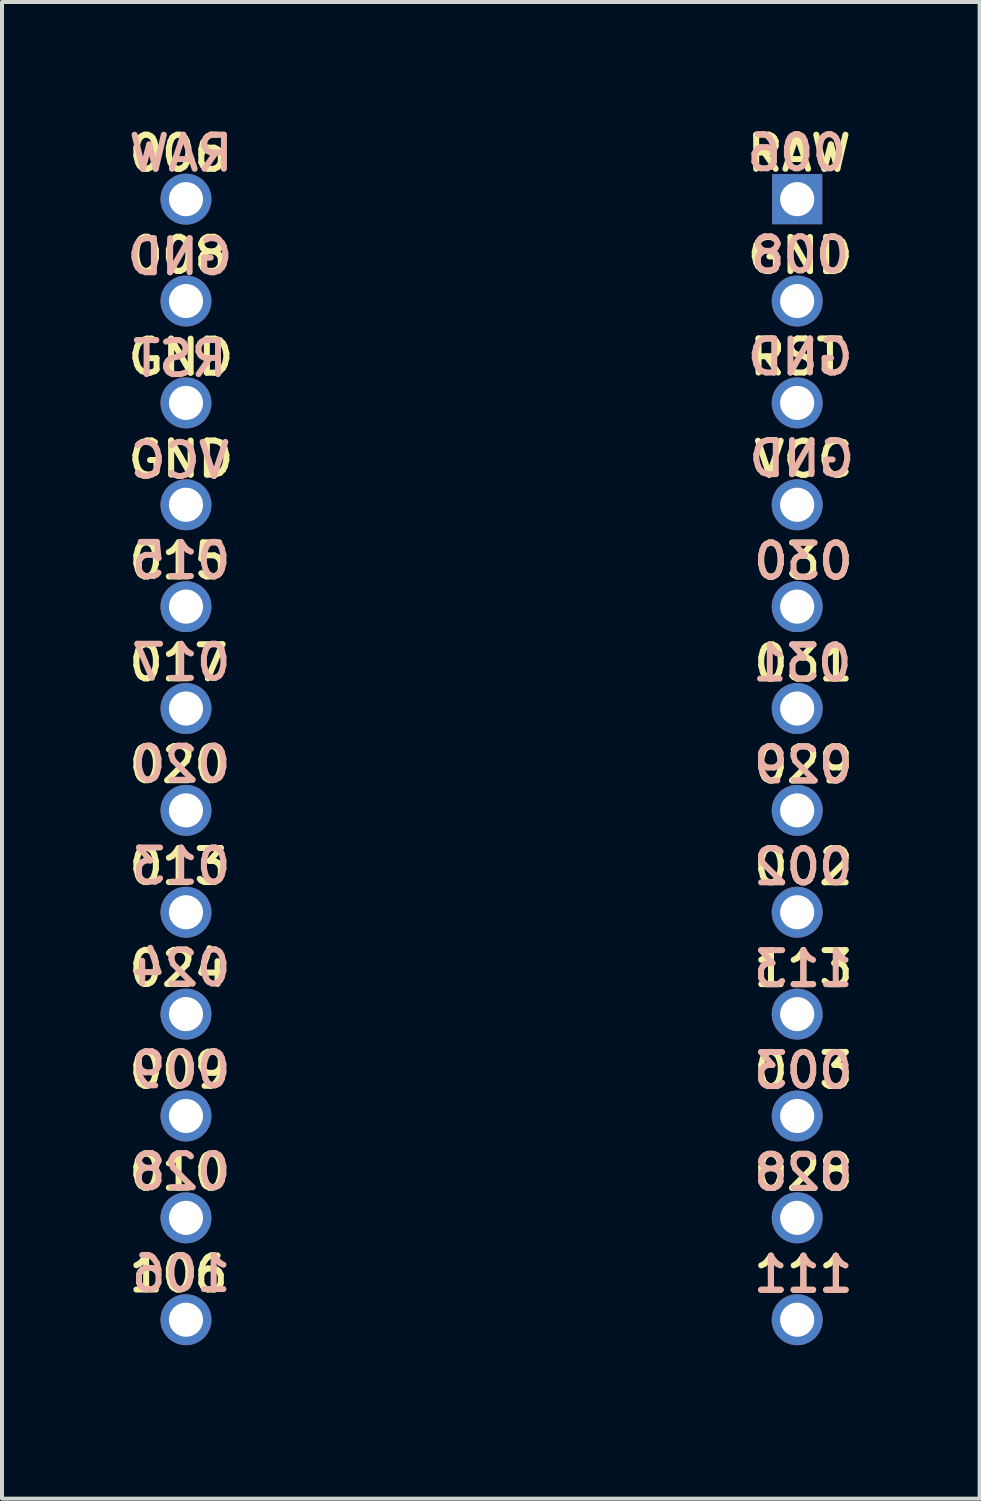
<source format=kicad_pcb>
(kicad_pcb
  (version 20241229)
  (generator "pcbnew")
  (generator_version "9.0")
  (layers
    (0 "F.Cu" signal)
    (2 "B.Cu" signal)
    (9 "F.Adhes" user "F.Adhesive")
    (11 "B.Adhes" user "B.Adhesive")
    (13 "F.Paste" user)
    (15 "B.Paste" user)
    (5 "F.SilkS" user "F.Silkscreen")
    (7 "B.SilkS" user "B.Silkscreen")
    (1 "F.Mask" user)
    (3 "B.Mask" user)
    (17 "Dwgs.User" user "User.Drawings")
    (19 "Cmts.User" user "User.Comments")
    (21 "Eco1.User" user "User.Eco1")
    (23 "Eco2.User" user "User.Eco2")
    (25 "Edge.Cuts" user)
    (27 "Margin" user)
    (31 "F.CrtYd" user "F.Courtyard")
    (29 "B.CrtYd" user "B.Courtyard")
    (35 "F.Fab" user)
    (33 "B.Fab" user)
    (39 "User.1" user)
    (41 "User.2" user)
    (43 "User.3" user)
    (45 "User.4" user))
  (footprint "pro_micro"
    (layer "F.Cu")
    (at 8.826 16.648)
    (property "Reference" "pro_micro" (at 0.508 -14.732 0) (layer "Eco1.User") (effects (font (size 1.27 1.524) (thickness 0.203))))
    (attr through_hole)
    (fp_line (start -8.509 -16.002) (end 9.271 -16.002) (stroke (width 0.381) (type solid)) (layer "Margin"))
    (fp_line (start -8.509 -16.002) (end 9.271 -16.002) (stroke (width 0.381) (type solid)) (layer "Margin"))
    (fp_line (start -8.509 14.478) (end -8.509 -16.002) (stroke (width 0.381) (type solid)) (layer "Margin"))
    (fp_line (start -8.509 14.478) (end -8.509 -16.002) (stroke (width 0.381) (type solid)) (layer "Margin"))
    (fp_line (start 6.731 -16.002) (end 6.731 -13.462) (stroke (width 0.381) (type solid)) (layer "Margin"))
    (fp_line (start 6.731 -16.002) (end 6.731 -13.462) (stroke (width 0.381) (type solid)) (layer "Margin"))
    (fp_line (start 6.731 -13.462) (end 9.271 -13.462) (stroke (width 0.381) (type solid)) (layer "Margin"))
    (fp_line (start 6.731 -13.462) (end 9.271 -13.462) (stroke (width 0.381) (type solid)) (layer "Margin"))
    (fp_line (start 9.271 -16.002) (end 9.271 14.478) (stroke (width 0.381) (type solid)) (layer "Margin"))
    (fp_line (start 9.271 -16.002) (end 9.271 14.478) (stroke (width 0.381) (type solid)) (layer "Margin"))
    (fp_line (start 9.271 14.478) (end -8.509 14.478) (stroke (width 0.381) (type solid)) (layer "Margin"))
    (fp_line (start 9.271 14.478) (end -8.509 14.478) (stroke (width 0.381) (type solid)) (layer "Margin"))
    (fp_text user "RAW" (at 8.051 -15.875 0) (layer "F.SilkS") (effects (font (size 0.85 0.85) (thickness 0.15))))
    (fp_text user "VCC" (at 8.157 -8.245 0) (layer "F.SilkS") (effects (font (size 0.85 0.85) (thickness 0.15))))
    (fp_text user "015" (at -7.423 -5.71 0) (layer "F.SilkS") (effects (font (size 0.85 0.85) (thickness 0.15))))
    (fp_text user "020" (at -7.423 -0.63 0) (layer "F.SilkS") (effects (font (size 0.85 0.85) (thickness 0.15))))
    (fp_text user "003" (at 8.157 6.995 0) (layer "F.SilkS") (effects (font (size 0.85 0.85) (thickness 0.15))))
    (fp_text user "009" (at -7.423 6.99 0) (layer "F.SilkS") (effects (font (size 0.85 0.85) (thickness 0.15))))
    (fp_text user "GND" (at -7.366 -10.79 0) (layer "F.SilkS") (effects (font (size 0.85 0.85) (thickness 0.15))))
    (fp_text user "GND" (at -7.366 -8.25 0) (layer "F.SilkS") (effects (font (size 0.85 0.85) (thickness 0.15))))
    (fp_text user "028" (at 8.157 9.535 0) (layer "F.SilkS") (effects (font (size 0.85 0.85) (thickness 0.15))))
    (fp_text user "106" (at -7.423 12.07 0) (layer "F.SilkS") (effects (font (size 0.85 0.85) (thickness 0.15))))
    (fp_text user "024" (at -7.423 4.45 0) (layer "F.SilkS") (effects (font (size 0.85 0.85) (thickness 0.15))))
    (fp_text user "GND" (at 8.077 -13.325 0) (layer "F.SilkS") (effects (font (size 0.85 0.85) (thickness 0.15))))
    (fp_text user "113" (at 8.157 4.455 0) (layer "F.SilkS") (effects (font (size 0.85 0.85) (thickness 0.15))))
    (fp_text user "030" (at 8.157 -5.705 0) (layer "F.SilkS") (effects (font (size 0.85 0.85) (thickness 0.15))))
    (fp_text user "031" (at 8.157 -3.165 0) (layer "F.SilkS") (effects (font (size 0.85 0.85) (thickness 0.15))))
    (fp_text user "111" (at 8.157 12.075 0) (layer "F.SilkS") (effects (font (size 0.85 0.85) (thickness 0.15))))
    (fp_text user "002" (at 8.157 1.915 0) (layer "F.SilkS") (effects (font (size 0.85 0.85) (thickness 0.15))))
    (fp_text user "006" (at -7.423 -15.875 0) (layer "F.SilkS") (effects (font (size 0.85 0.85) (thickness 0.15))))
    (fp_text user "013" (at -7.423 1.91 0) (layer "F.SilkS") (effects (font (size 0.85 0.85) (thickness 0.15))))
    (fp_text user "010" (at -7.423 9.53 0) (layer "F.SilkS") (effects (font (size 0.85 0.85) (thickness 0.15))))
    (fp_text user "029" (at 8.157 -0.625 0) (layer "F.SilkS") (effects (font (size 0.85 0.85) (thickness 0.15))))
    (fp_text user "RST" (at 7.988 -10.795 0) (layer "F.SilkS") (effects (font (size 0.85 0.85) (thickness 0.15))))
    (fp_text user "008" (at -7.423 -13.33 0) (layer "F.SilkS") (effects (font (size 0.85 0.85) (thickness 0.15))))
    (fp_text user "017" (at -7.423 -3.17 0) (layer "F.SilkS") (effects (font (size 0.85 0.85) (thickness 0.15))))
    (fp_text user "015" (at -7.358 -5.722 180) (layer "B.SilkS") (effects (font (size 0.85 0.85) (thickness 0.15)) (justify mirror)))
    (fp_text user "030" (at 8.153 -5.703 180) (layer "B.SilkS") (effects (font (size 0.85 0.85) (thickness 0.15)) (justify mirror)))
    (fp_text user "020" (at -7.358 -0.642 180) (layer "B.SilkS") (effects (font (size 0.85 0.85) (thickness 0.15)) (justify mirror)))
    (fp_text user "106" (at -7.358 12.058 180) (layer "B.SilkS") (effects (font (size 0.85 0.85) (thickness 0.15)) (justify mirror)))
    (fp_text user "006" (at 7.988 -15.888 180) (layer "B.SilkS") (effects (font (size 0.85 0.85) (thickness 0.15)) (justify mirror)))
    (fp_text user "017" (at -7.358 -3.182 180) (layer "B.SilkS") (effects (font (size 0.85 0.85) (thickness 0.15)) (justify mirror)))
    (fp_text user "RAW" (at -7.366 -15.875 180) (layer "B.SilkS") (effects (font (size 0.85 0.85) (thickness 0.15)) (justify mirror)))
    (fp_text user "003" (at 8.153 6.997 180) (layer "B.SilkS") (effects (font (size 0.85 0.85) (thickness 0.15)) (justify mirror)))
    (fp_text user "028" (at 8.153 9.537 180) (layer "B.SilkS") (effects (font (size 0.85 0.85) (thickness 0.15)) (justify mirror)))
    (fp_text user "028" (at -7.358 9.518 180) (layer "B.SilkS") (effects (font (size 0.85 0.85) (thickness 0.15)) (justify mirror)))
    (fp_text user "GND" (at -7.391 -13.295 180) (layer "B.SilkS") (effects (font (size 0.85 0.85) (thickness 0.15)) (justify mirror)))
    (fp_text user "GND" (at 8.077 -10.795 180) (layer "B.SilkS") (effects (font (size 0.85 0.85) (thickness 0.15)) (justify mirror)))
    (fp_text user "024" (at -7.358 4.438 180) (layer "B.SilkS") (effects (font (size 0.85 0.85) (thickness 0.15)) (justify mirror)))
    (fp_text user "008" (at 8.077 -13.342 180) (layer "B.SilkS") (effects (font (size 0.85 0.85) (thickness 0.15)) (justify mirror)))
    (fp_text user "029" (at 8.153 -0.623 180) (layer "B.SilkS") (effects (font (size 0.85 0.85) (thickness 0.15)) (justify mirror)))
    (fp_text user "013" (at -7.358 1.898 180) (layer "B.SilkS") (effects (font (size 0.85 0.85) (thickness 0.15)) (justify mirror)))
    (fp_text user "GND" (at 8.115 -8.262 180) (layer "B.SilkS") (effects (font (size 0.85 0.85) (thickness 0.15)) (justify mirror)))
    (fp_text user "009" (at -7.358 6.978 180) (layer "B.SilkS") (effects (font (size 0.85 0.85) (thickness 0.15)) (justify mirror)))
    (fp_text user "111" (at 8.153 12.077 180) (layer "B.SilkS") (effects (font (size 0.85 0.85) (thickness 0.15)) (justify mirror)))
    (fp_text user "113" (at 8.153 4.457 180) (layer "B.SilkS") (effects (font (size 0.85 0.85) (thickness 0.15)) (justify mirror)))
    (fp_text user "031" (at 8.128 -3.163 180) (layer "B.SilkS") (effects (font (size 0.85 0.85) (thickness 0.15)) (justify mirror)))
    (fp_text user "002" (at 8.153 1.917 180) (layer "B.SilkS") (effects (font (size 0.85 0.85) (thickness 0.15)) (justify mirror)))
    (fp_text user "RST" (at -7.391 -10.755 180) (layer "B.SilkS") (effects (font (size 0.85 0.85) (thickness 0.15)) (justify mirror)))
    (fp_text user "VCC" (at -7.391 -8.215 180) (layer "B.SilkS") (effects (font (size 0.85 0.85) (thickness 0.15)) (justify mirror)))
    (pad "1" thru_hole rect (at 8.001 -14.732 270) (size 1.25 1.25) (drill 0.85) (layers "*.Cu" "*.Mask"))
    (pad "2" thru_hole circle (at 8.001 -12.192 270) (size 1.27 1.27) (drill 0.85) (layers "*.Cu" "*.Mask"))
    (pad "3" thru_hole circle (at 8.001 -9.652 270) (size 1.27 1.27) (drill 0.85) (layers "*.Cu" "*.Mask"))
    (pad "4" thru_hole circle (at 8.001 -7.112 270) (size 1.27 1.27) (drill 0.85) (layers "*.Cu" "*.Mask"))
    (pad "5" thru_hole circle (at 8.001 -4.572 270) (size 1.27 1.27) (drill 0.85) (layers "*.Cu" "*.Mask"))
    (pad "6" thru_hole circle (at 8.001 -2.032 270) (size 1.27 1.27) (drill 0.85) (layers "*.Cu" "*.Mask"))
    (pad "7" thru_hole circle (at 8.001 0.508 270) (size 1.27 1.27) (drill 0.85) (layers "*.Cu" "*.Mask"))
    (pad "8" thru_hole circle (at 8.001 3.048 270) (size 1.27 1.27) (drill 0.85) (layers "*.Cu" "*.Mask"))
    (pad "9" thru_hole circle (at 8.001 5.588 270) (size 1.27 1.27) (drill 0.85) (layers "*.Cu" "*.Mask"))
    (pad "10" thru_hole circle (at 8.001 8.128 270) (size 1.27 1.27) (drill 0.85) (layers "*.Cu" "*.Mask"))
    (pad "11" thru_hole circle (at 8.001 10.668 270) (size 1.27 1.27) (drill 0.85) (layers "*.Cu" "*.Mask"))
    (pad "12" thru_hole circle (at 8.001 13.208 270) (size 1.27 1.27) (drill 0.85) (layers "*.Cu" "*.Mask"))
    (pad "13" thru_hole circle (at -7.239 -14.732 270) (size 1.27 1.27) (drill 0.85) (layers "*.Cu" "*.Mask"))
    (pad "14" thru_hole circle (at -7.239 -12.192 270) (size 1.27 1.27) (drill 0.85) (layers "*.Cu" "*.Mask"))
    (pad "15" thru_hole circle (at -7.239 -9.652 270) (size 1.27 1.27) (drill 0.85) (layers "*.Cu" "*.Mask"))
    (pad "16" thru_hole circle (at -7.239 -7.112 270) (size 1.27 1.27) (drill 0.85) (layers "*.Cu" "*.Mask"))
    (pad "17" thru_hole circle (at -7.239 -4.572 270) (size 1.27 1.27) (drill 0.85) (layers "*.Cu" "*.Mask"))
    (pad "18" thru_hole circle (at -7.239 -2.032 270) (size 1.27 1.27) (drill 0.85) (layers "*.Cu" "*.Mask"))
    (pad "19" thru_hole circle (at -7.239 0.508 270) (size 1.27 1.27) (drill 0.85) (layers "*.Cu" "*.Mask"))
    (pad "20" thru_hole circle (at -7.239 3.048 270) (size 1.27 1.27) (drill 0.85) (layers "*.Cu" "*.Mask"))
    (pad "21" thru_hole circle (at -7.239 5.588 270) (size 1.27 1.27) (drill 0.85) (layers "*.Cu" "*.Mask"))
    (pad "22" thru_hole circle (at -7.239 8.128 270) (size 1.27 1.27) (drill 0.85) (layers "*.Cu" "*.Mask"))
    (pad "23" thru_hole circle (at -7.239 10.668 270) (size 1.27 1.27) (drill 0.85) (layers "*.Cu" "*.Mask"))
    (pad "24" thru_hole circle (at -7.239 13.208 270) (size 1.27 1.27) (drill 0.85) (layers "*.Cu" "*.Mask")))
  (gr_rect
    (start -3 -3)
    (end 21.376 34.317)
    (stroke (width 0.1) (type default))
    (fill no)
    (layer "Edge.Cuts")))
</source>
